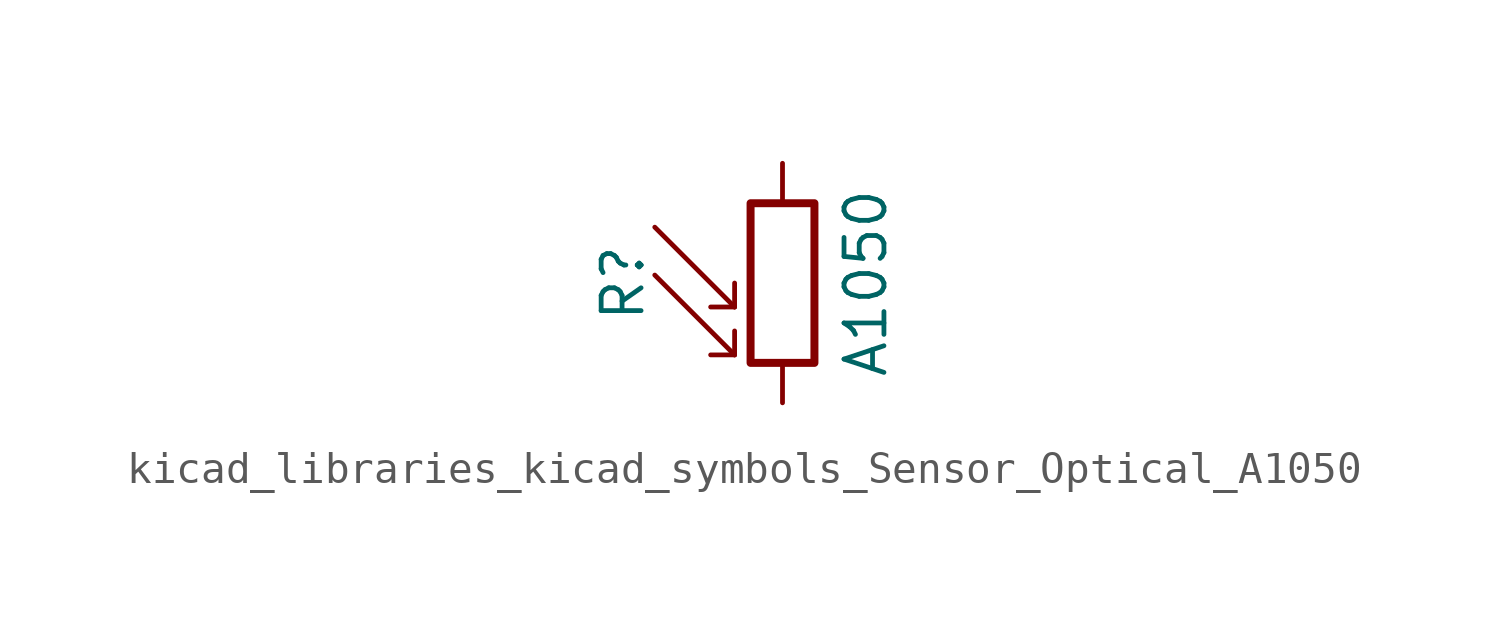
<source format=kicad_sym>
(kicad_symbol_lib
  (version 20220914)
  (generator kicad_symbol_editor)
  (symbol "kicad_libraries_kicad_symbols_Sensor_Optical_A1050"
    (pin_numbers hide)
    (pin_names
      (offset 0))
    (property "Reference" "R"
      (at -5.08 0 90)
      (effects (font (size 1.27 1.27))))
    (property "Value" "A1050"
      (at 1.905 0 90)
      (effects (font (size 1.27 1.27)) (justify top)))
    (symbol "kicad_libraries_kicad_symbols_Sensor_Optical_A1050_0_1"
      (rectangle (start -1.016 2.54) (end 1.016 -2.54) (stroke (width 0.254) (type default)) (fill (type none)))
      (polyline (pts (xy -1.524 -2.286) (xy -4.064 0.254)) (stroke (width 0) (type default)) (fill (type none)))
      (polyline (pts (xy -1.524 -2.286) (xy -2.286 -2.286)) (stroke (width 0) (type default)) (fill (type none)))
      (polyline (pts (xy -1.524 -2.286) (xy -1.524 -1.524)) (stroke (width 0) (type default)) (fill (type none)))
      (polyline (pts (xy -1.524 -0.762) (xy -4.064 1.778)) (stroke (width 0) (type default)) (fill (type none)))
      (polyline (pts (xy -1.524 -0.762) (xy -2.286 -0.762)) (stroke (width 0) (type default)) (fill (type none)))
      (polyline (pts (xy -1.524 -0.762) (xy -1.524 0)) (stroke (width 0) (type default)) (fill (type none))))
    (symbol "kicad_libraries_kicad_symbols_Sensor_Optical_A1050_1_1"
      (pin passive line (at 0 3.81 270) (length 1.27) (name "~" (effects (font (size 1.27 1.27)))) (number "1" (effects (font (size 1.27 1.27)))))
      (pin passive line (at 0 -3.81 90) (length 1.27) (name "~" (effects (font (size 1.27 1.27)))) (number "2" (effects (font (size 1.27 1.27))))))))
</source>
